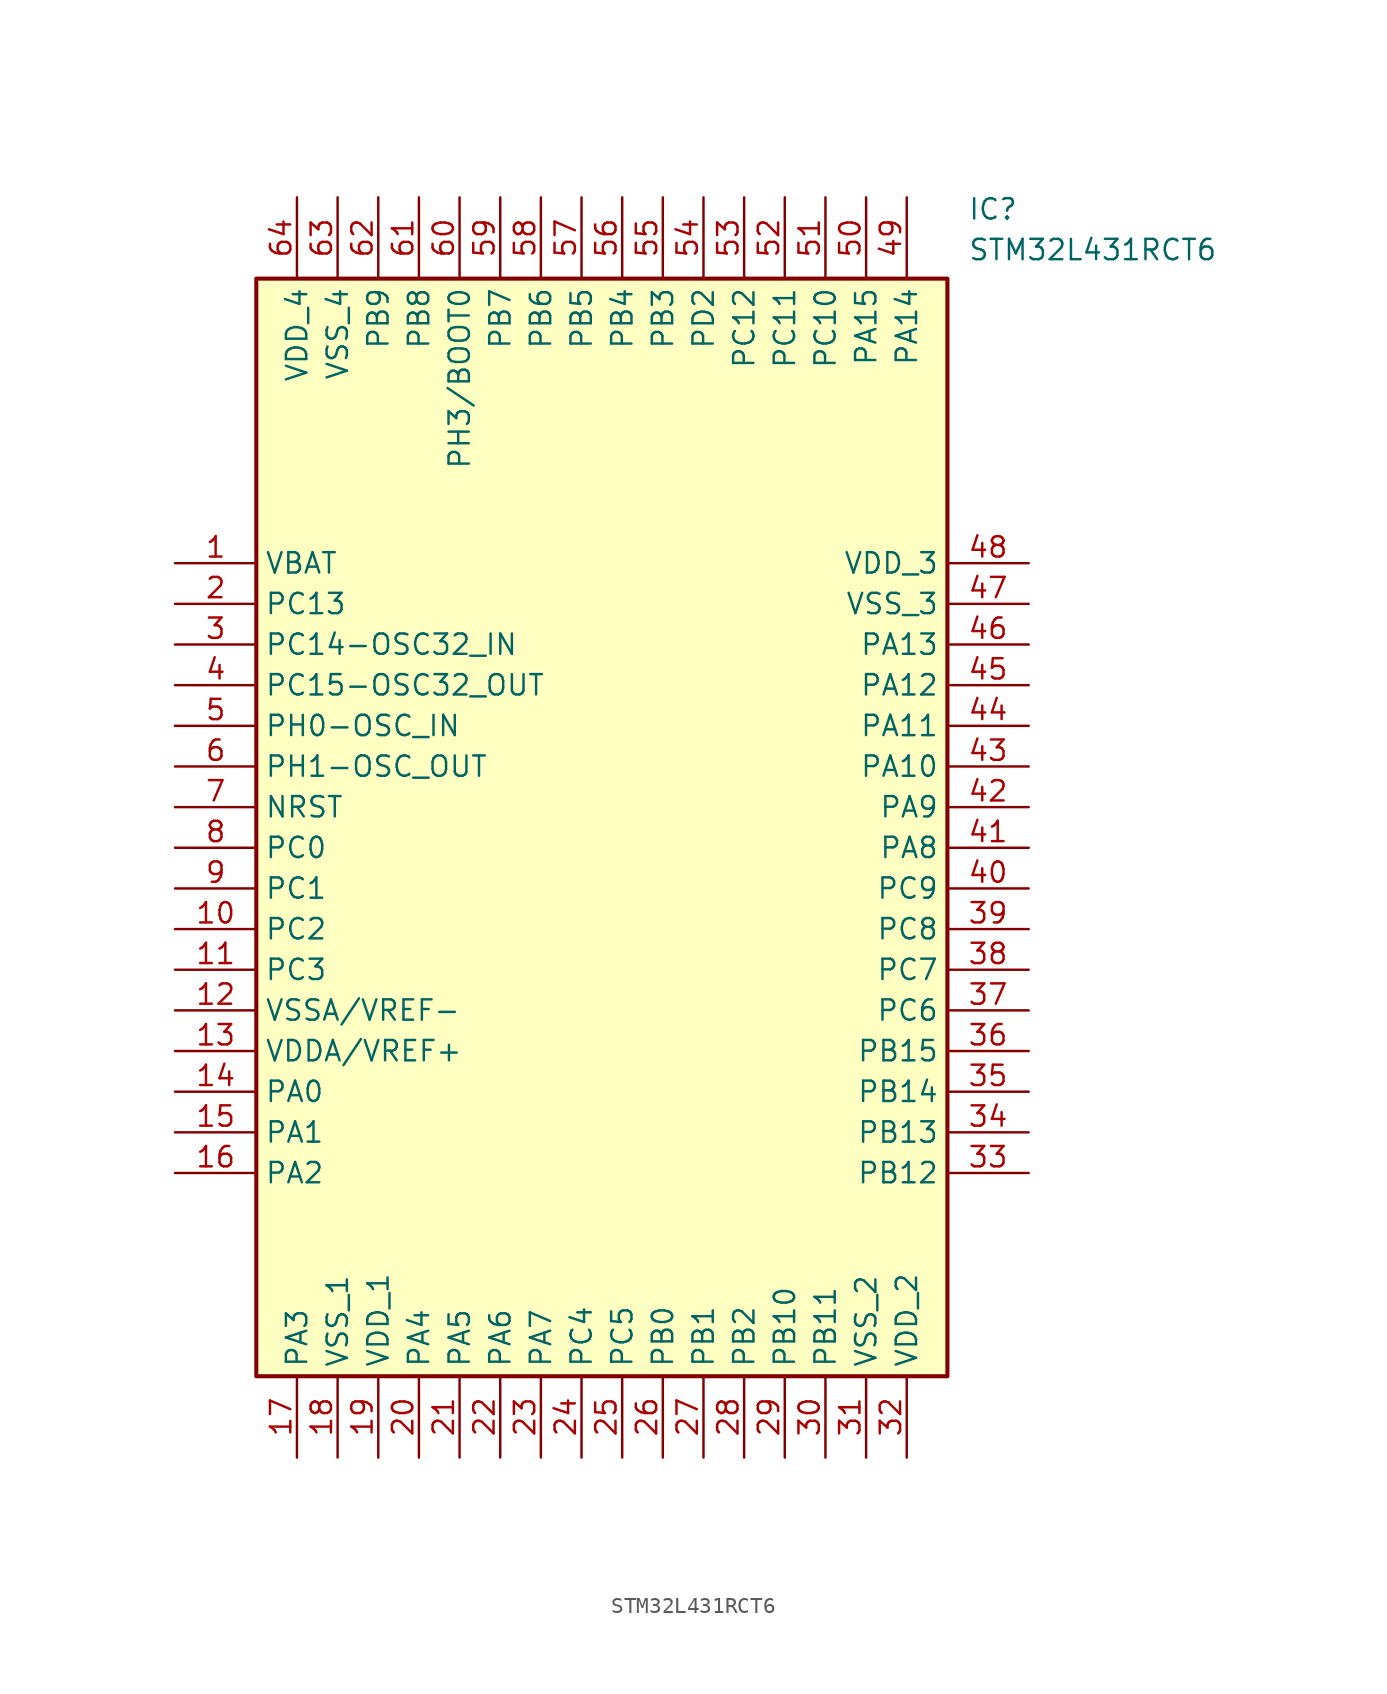
<source format=kicad_sym>
(kicad_symbol_lib
  (version 20211014)
  (generator SamacSys_ECAD_Model)
  (symbol "STM32L431RCT6"
    (property "Reference" "IC"
      (at 49.53 22.86 0)
      (effects (font (size 1.27 1.27)) (justify left top)))
    (property "Value" "STM32L431RCT6"
      (at 49.53 20.32 0)
      (effects (font (size 1.27 1.27)) (justify left top)))
    (rectangle
      (start 5.08 17.78)
      (end 48.26 -50.8)
      (stroke (width 0.254) (type default))
      (fill (type background)))
    (pin passive line
      (at 0 0 0)
      (length 5.08)
      (name "VBAT" (effects (font (size 1.27 1.27))))
      (number "1" (effects (font (size 1.27 1.27)))))
    (pin passive line
      (at 0 -2.54 0)
      (length 5.08)
      (name "PC13" (effects (font (size 1.27 1.27))))
      (number "2" (effects (font (size 1.27 1.27)))))
    (pin passive line
      (at 0 -5.08 0)
      (length 5.08)
      (name "PC14-OSC32_IN" (effects (font (size 1.27 1.27))))
      (number "3" (effects (font (size 1.27 1.27)))))
    (pin passive line
      (at 0 -7.62 0)
      (length 5.08)
      (name "PC15-OSC32_OUT" (effects (font (size 1.27 1.27))))
      (number "4" (effects (font (size 1.27 1.27)))))
    (pin passive line
      (at 0 -10.16 0)
      (length 5.08)
      (name "PH0-OSC_IN" (effects (font (size 1.27 1.27))))
      (number "5" (effects (font (size 1.27 1.27)))))
    (pin passive line
      (at 0 -12.7 0)
      (length 5.08)
      (name "PH1-OSC_OUT" (effects (font (size 1.27 1.27))))
      (number "6" (effects (font (size 1.27 1.27)))))
    (pin passive line
      (at 0 -15.24 0)
      (length 5.08)
      (name "NRST" (effects (font (size 1.27 1.27))))
      (number "7" (effects (font (size 1.27 1.27)))))
    (pin passive line
      (at 0 -17.78 0)
      (length 5.08)
      (name "PC0" (effects (font (size 1.27 1.27))))
      (number "8" (effects (font (size 1.27 1.27)))))
    (pin passive line
      (at 0 -20.32 0)
      (length 5.08)
      (name "PC1" (effects (font (size 1.27 1.27))))
      (number "9" (effects (font (size 1.27 1.27)))))
    (pin passive line
      (at 0 -22.86 0)
      (length 5.08)
      (name "PC2" (effects (font (size 1.27 1.27))))
      (number "10" (effects (font (size 1.27 1.27)))))
    (pin passive line
      (at 0 -25.4 0)
      (length 5.08)
      (name "PC3" (effects (font (size 1.27 1.27))))
      (number "11" (effects (font (size 1.27 1.27)))))
    (pin passive line
      (at 0 -27.94 0)
      (length 5.08)
      (name "VSSA/VREF-" (effects (font (size 1.27 1.27))))
      (number "12" (effects (font (size 1.27 1.27)))))
    (pin passive line
      (at 0 -30.48 0)
      (length 5.08)
      (name "VDDA/VREF+" (effects (font (size 1.27 1.27))))
      (number "13" (effects (font (size 1.27 1.27)))))
    (pin passive line
      (at 0 -33.02 0)
      (length 5.08)
      (name "PA0" (effects (font (size 1.27 1.27))))
      (number "14" (effects (font (size 1.27 1.27)))))
    (pin passive line
      (at 0 -35.56 0)
      (length 5.08)
      (name "PA1" (effects (font (size 1.27 1.27))))
      (number "15" (effects (font (size 1.27 1.27)))))
    (pin passive line
      (at 0 -38.1 0)
      (length 5.08)
      (name "PA2" (effects (font (size 1.27 1.27))))
      (number "16" (effects (font (size 1.27 1.27)))))
    (pin passive line
      (at 7.62 -55.88 90)
      (length 5.08)
      (name "PA3" (effects (font (size 1.27 1.27))))
      (number "17" (effects (font (size 1.27 1.27)))))
    (pin passive line
      (at 10.16 -55.88 90)
      (length 5.08)
      (name "VSS_1" (effects (font (size 1.27 1.27))))
      (number "18" (effects (font (size 1.27 1.27)))))
    (pin passive line
      (at 12.7 -55.88 90)
      (length 5.08)
      (name "VDD_1" (effects (font (size 1.27 1.27))))
      (number "19" (effects (font (size 1.27 1.27)))))
    (pin passive line
      (at 15.24 -55.88 90)
      (length 5.08)
      (name "PA4" (effects (font (size 1.27 1.27))))
      (number "20" (effects (font (size 1.27 1.27)))))
    (pin passive line
      (at 17.78 -55.88 90)
      (length 5.08)
      (name "PA5" (effects (font (size 1.27 1.27))))
      (number "21" (effects (font (size 1.27 1.27)))))
    (pin passive line
      (at 20.32 -55.88 90)
      (length 5.08)
      (name "PA6" (effects (font (size 1.27 1.27))))
      (number "22" (effects (font (size 1.27 1.27)))))
    (pin passive line
      (at 22.86 -55.88 90)
      (length 5.08)
      (name "PA7" (effects (font (size 1.27 1.27))))
      (number "23" (effects (font (size 1.27 1.27)))))
    (pin passive line
      (at 25.4 -55.88 90)
      (length 5.08)
      (name "PC4" (effects (font (size 1.27 1.27))))
      (number "24" (effects (font (size 1.27 1.27)))))
    (pin passive line
      (at 27.94 -55.88 90)
      (length 5.08)
      (name "PC5" (effects (font (size 1.27 1.27))))
      (number "25" (effects (font (size 1.27 1.27)))))
    (pin passive line
      (at 30.48 -55.88 90)
      (length 5.08)
      (name "PB0" (effects (font (size 1.27 1.27))))
      (number "26" (effects (font (size 1.27 1.27)))))
    (pin passive line
      (at 33.02 -55.88 90)
      (length 5.08)
      (name "PB1" (effects (font (size 1.27 1.27))))
      (number "27" (effects (font (size 1.27 1.27)))))
    (pin passive line
      (at 35.56 -55.88 90)
      (length 5.08)
      (name "PB2" (effects (font (size 1.27 1.27))))
      (number "28" (effects (font (size 1.27 1.27)))))
    (pin passive line
      (at 38.1 -55.88 90)
      (length 5.08)
      (name "PB10" (effects (font (size 1.27 1.27))))
      (number "29" (effects (font (size 1.27 1.27)))))
    (pin passive line
      (at 40.64 -55.88 90)
      (length 5.08)
      (name "PB11" (effects (font (size 1.27 1.27))))
      (number "30" (effects (font (size 1.27 1.27)))))
    (pin passive line
      (at 43.18 -55.88 90)
      (length 5.08)
      (name "VSS_2" (effects (font (size 1.27 1.27))))
      (number "31" (effects (font (size 1.27 1.27)))))
    (pin passive line
      (at 45.72 -55.88 90)
      (length 5.08)
      (name "VDD_2" (effects (font (size 1.27 1.27))))
      (number "32" (effects (font (size 1.27 1.27)))))
    (pin passive line
      (at 53.34 0 180)
      (length 5.08)
      (name "VDD_3" (effects (font (size 1.27 1.27))))
      (number "48" (effects (font (size 1.27 1.27)))))
    (pin passive line
      (at 53.34 -2.54 180)
      (length 5.08)
      (name "VSS_3" (effects (font (size 1.27 1.27))))
      (number "47" (effects (font (size 1.27 1.27)))))
    (pin passive line
      (at 53.34 -5.08 180)
      (length 5.08)
      (name "PA13" (effects (font (size 1.27 1.27))))
      (number "46" (effects (font (size 1.27 1.27)))))
    (pin passive line
      (at 53.34 -7.62 180)
      (length 5.08)
      (name "PA12" (effects (font (size 1.27 1.27))))
      (number "45" (effects (font (size 1.27 1.27)))))
    (pin passive line
      (at 53.34 -10.16 180)
      (length 5.08)
      (name "PA11" (effects (font (size 1.27 1.27))))
      (number "44" (effects (font (size 1.27 1.27)))))
    (pin passive line
      (at 53.34 -12.7 180)
      (length 5.08)
      (name "PA10" (effects (font (size 1.27 1.27))))
      (number "43" (effects (font (size 1.27 1.27)))))
    (pin passive line
      (at 53.34 -15.24 180)
      (length 5.08)
      (name "PA9" (effects (font (size 1.27 1.27))))
      (number "42" (effects (font (size 1.27 1.27)))))
    (pin passive line
      (at 53.34 -17.78 180)
      (length 5.08)
      (name "PA8" (effects (font (size 1.27 1.27))))
      (number "41" (effects (font (size 1.27 1.27)))))
    (pin passive line
      (at 53.34 -20.32 180)
      (length 5.08)
      (name "PC9" (effects (font (size 1.27 1.27))))
      (number "40" (effects (font (size 1.27 1.27)))))
    (pin passive line
      (at 53.34 -22.86 180)
      (length 5.08)
      (name "PC8" (effects (font (size 1.27 1.27))))
      (number "39" (effects (font (size 1.27 1.27)))))
    (pin passive line
      (at 53.34 -25.4 180)
      (length 5.08)
      (name "PC7" (effects (font (size 1.27 1.27))))
      (number "38" (effects (font (size 1.27 1.27)))))
    (pin passive line
      (at 53.34 -27.94 180)
      (length 5.08)
      (name "PC6" (effects (font (size 1.27 1.27))))
      (number "37" (effects (font (size 1.27 1.27)))))
    (pin passive line
      (at 53.34 -30.48 180)
      (length 5.08)
      (name "PB15" (effects (font (size 1.27 1.27))))
      (number "36" (effects (font (size 1.27 1.27)))))
    (pin passive line
      (at 53.34 -33.02 180)
      (length 5.08)
      (name "PB14" (effects (font (size 1.27 1.27))))
      (number "35" (effects (font (size 1.27 1.27)))))
    (pin passive line
      (at 53.34 -35.56 180)
      (length 5.08)
      (name "PB13" (effects (font (size 1.27 1.27))))
      (number "34" (effects (font (size 1.27 1.27)))))
    (pin passive line
      (at 53.34 -38.1 180)
      (length 5.08)
      (name "PB12" (effects (font (size 1.27 1.27))))
      (number "33" (effects (font (size 1.27 1.27)))))
    (pin passive line
      (at 7.62 22.86 270)
      (length 5.08)
      (name "VDD_4" (effects (font (size 1.27 1.27))))
      (number "64" (effects (font (size 1.27 1.27)))))
    (pin passive line
      (at 10.16 22.86 270)
      (length 5.08)
      (name "VSS_4" (effects (font (size 1.27 1.27))))
      (number "63" (effects (font (size 1.27 1.27)))))
    (pin passive line
      (at 12.7 22.86 270)
      (length 5.08)
      (name "PB9" (effects (font (size 1.27 1.27))))
      (number "62" (effects (font (size 1.27 1.27)))))
    (pin passive line
      (at 15.24 22.86 270)
      (length 5.08)
      (name "PB8" (effects (font (size 1.27 1.27))))
      (number "61" (effects (font (size 1.27 1.27)))))
    (pin passive line
      (at 17.78 22.86 270)
      (length 5.08)
      (name "PH3/BOOT0" (effects (font (size 1.27 1.27))))
      (number "60" (effects (font (size 1.27 1.27)))))
    (pin passive line
      (at 20.32 22.86 270)
      (length 5.08)
      (name "PB7" (effects (font (size 1.27 1.27))))
      (number "59" (effects (font (size 1.27 1.27)))))
    (pin passive line
      (at 22.86 22.86 270)
      (length 5.08)
      (name "PB6" (effects (font (size 1.27 1.27))))
      (number "58" (effects (font (size 1.27 1.27)))))
    (pin passive line
      (at 25.4 22.86 270)
      (length 5.08)
      (name "PB5" (effects (font (size 1.27 1.27))))
      (number "57" (effects (font (size 1.27 1.27)))))
    (pin passive line
      (at 27.94 22.86 270)
      (length 5.08)
      (name "PB4" (effects (font (size 1.27 1.27))))
      (number "56" (effects (font (size 1.27 1.27)))))
    (pin passive line
      (at 30.48 22.86 270)
      (length 5.08)
      (name "PB3" (effects (font (size 1.27 1.27))))
      (number "55" (effects (font (size 1.27 1.27)))))
    (pin passive line
      (at 33.02 22.86 270)
      (length 5.08)
      (name "PD2" (effects (font (size 1.27 1.27))))
      (number "54" (effects (font (size 1.27 1.27)))))
    (pin passive line
      (at 35.56 22.86 270)
      (length 5.08)
      (name "PC12" (effects (font (size 1.27 1.27))))
      (number "53" (effects (font (size 1.27 1.27)))))
    (pin passive line
      (at 38.1 22.86 270)
      (length 5.08)
      (name "PC11" (effects (font (size 1.27 1.27))))
      (number "52" (effects (font (size 1.27 1.27)))))
    (pin passive line
      (at 40.64 22.86 270)
      (length 5.08)
      (name "PC10" (effects (font (size 1.27 1.27))))
      (number "51" (effects (font (size 1.27 1.27)))))
    (pin passive line
      (at 43.18 22.86 270)
      (length 5.08)
      (name "PA15" (effects (font (size 1.27 1.27))))
      (number "50" (effects (font (size 1.27 1.27)))))
    (pin passive line
      (at 45.72 22.86 270)
      (length 5.08)
      (name "PA14" (effects (font (size 1.27 1.27))))
      (number "49" (effects (font (size 1.27 1.27)))))))
</source>
